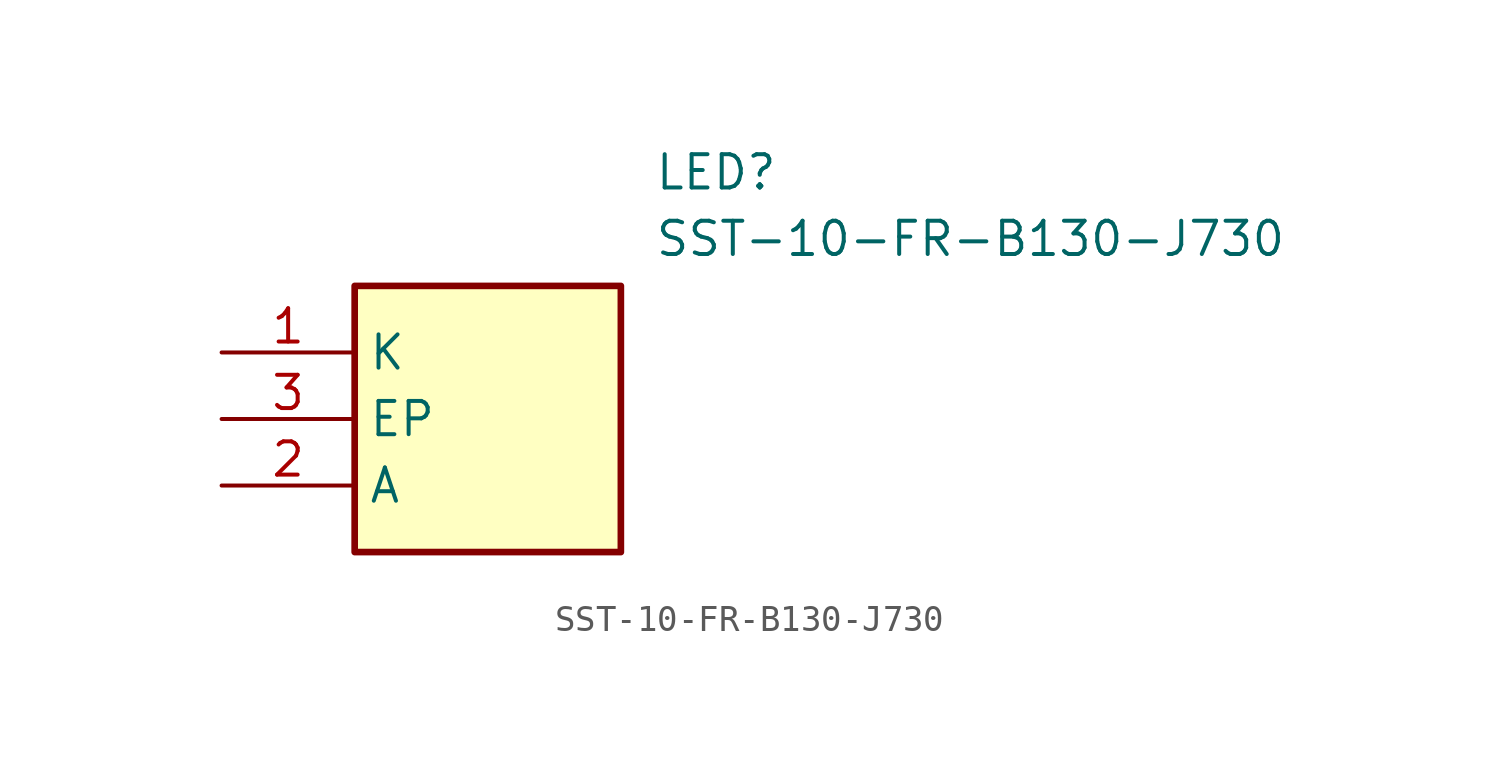
<source format=kicad_sym>
(kicad_symbol_lib
  (version 20211014)
  (generator SamacSys_ECAD_Model)
  (symbol "SST-10-FR-B130-J730"
    (property "Reference" "LED"
      (at 16.51 7.62 0)
      (effects (font (size 1.27 1.27)) (justify left top)))
    (property "Value" "SST-10-FR-B130-J730"
      (at 16.51 5.08 0)
      (effects (font (size 1.27 1.27)) (justify left top)))
    (rectangle
      (start 5.08 2.54)
      (end 15.24 -7.62)
      (stroke (width 0.254) (type default))
      (fill (type background)))
    (pin passive line
      (at 0 0 0)
      (length 5.08)
      (name "K" (effects (font (size 1.27 1.27))))
      (number "1" (effects (font (size 1.27 1.27)))))
    (pin passive line
      (at 0 -5.08 0)
      (length 5.08)
      (name "A" (effects (font (size 1.27 1.27))))
      (number "2" (effects (font (size 1.27 1.27)))))
    (pin passive line
      (at 0 -2.54 0)
      (length 5.08)
      (name "EP" (effects (font (size 1.27 1.27))))
      (number "3" (effects (font (size 1.27 1.27)))))))
</source>
